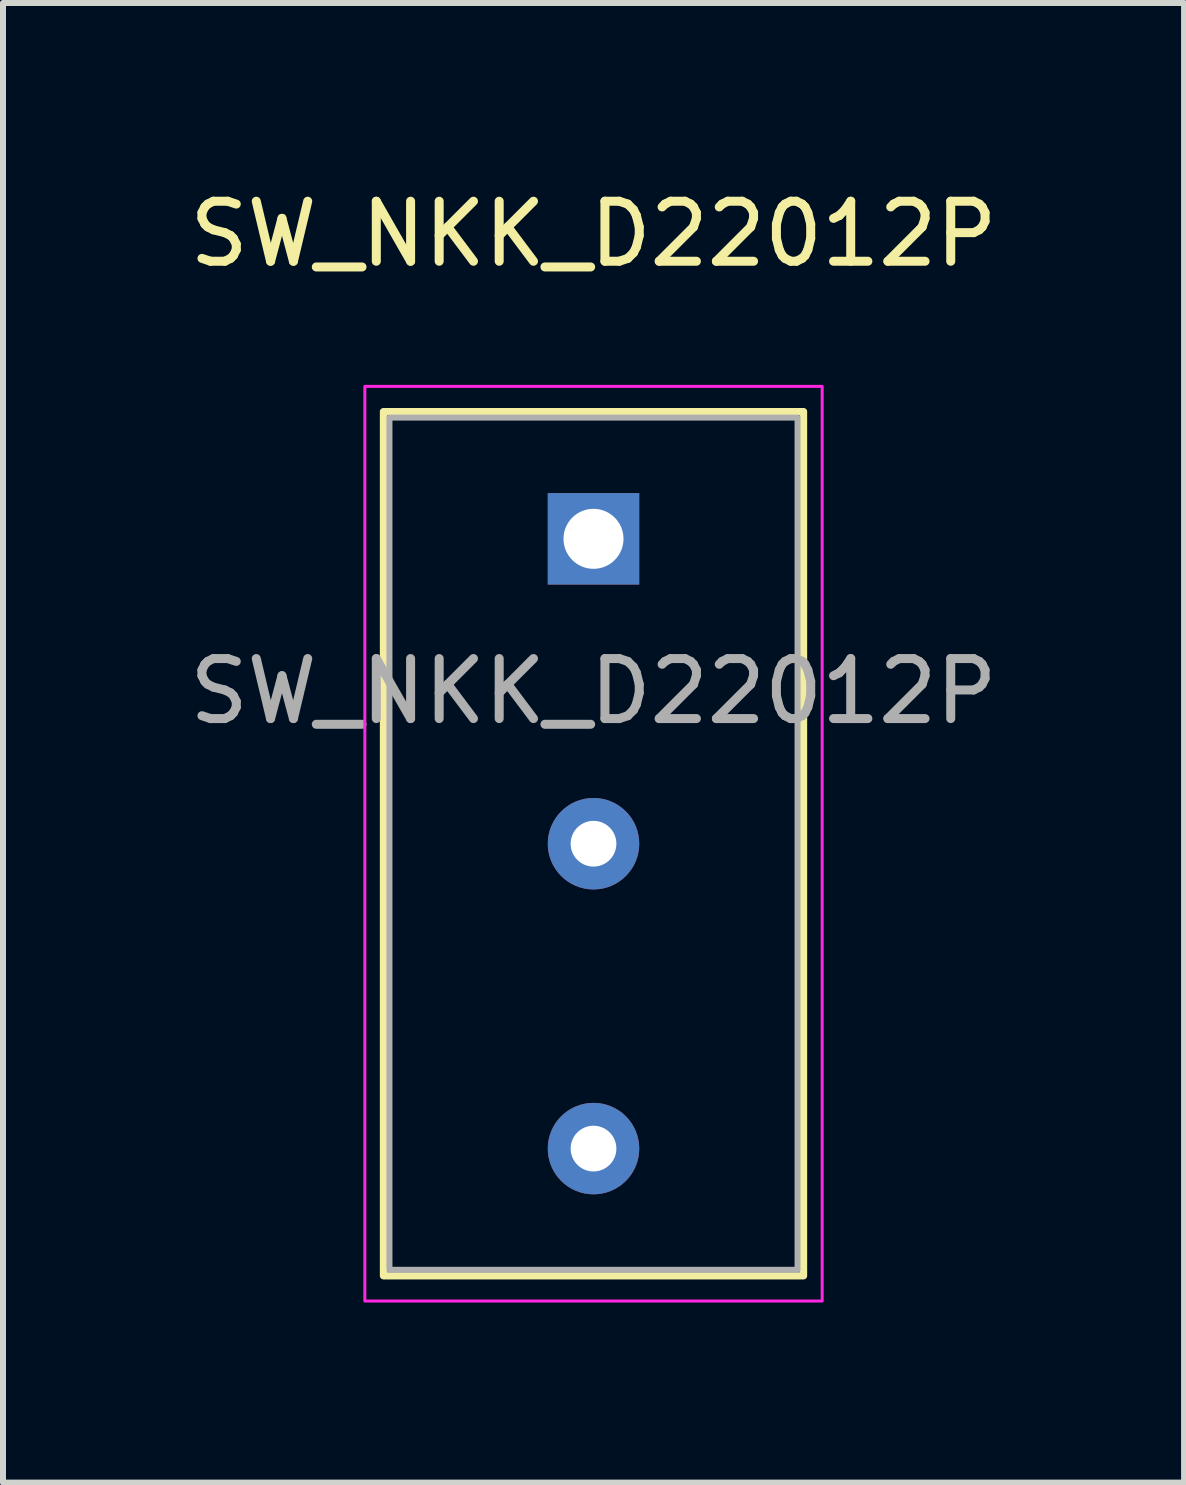
<source format=kicad_pcb>
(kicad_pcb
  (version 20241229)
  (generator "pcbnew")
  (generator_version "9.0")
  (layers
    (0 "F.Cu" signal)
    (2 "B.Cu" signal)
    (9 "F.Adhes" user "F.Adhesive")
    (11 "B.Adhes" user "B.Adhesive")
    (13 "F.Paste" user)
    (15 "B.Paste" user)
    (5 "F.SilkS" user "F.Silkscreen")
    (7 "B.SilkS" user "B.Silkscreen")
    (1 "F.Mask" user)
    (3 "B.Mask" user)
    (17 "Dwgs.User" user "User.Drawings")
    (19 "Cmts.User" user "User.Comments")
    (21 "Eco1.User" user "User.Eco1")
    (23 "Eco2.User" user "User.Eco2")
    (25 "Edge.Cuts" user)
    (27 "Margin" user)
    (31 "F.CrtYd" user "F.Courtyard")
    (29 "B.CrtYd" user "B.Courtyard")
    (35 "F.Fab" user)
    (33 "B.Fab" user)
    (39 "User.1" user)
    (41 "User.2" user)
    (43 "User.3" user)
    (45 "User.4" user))
  (footprint "SW_NKK_D22012P"
    (layer "F.Cu")
    (at 6.839 11.008)
    (property "Reference" "SW_NKK_D22012P" (at 0 -10.16 0) (unlocked yes) (layer "F.SilkS") (effects (font (size 1 1) (thickness 0.15))))
    (attr through_hole)
    (fp_rect (start -3.5 -7.2) (end 3.5 7.2) (stroke (width 0.12) (type solid)) (fill no) (layer "F.SilkS"))
    (fp_rect (start -3.81 -7.62) (end 3.81 7.62) (stroke (width 0.05) (type solid)) (fill no) (layer "F.CrtYd"))
    (fp_rect (start -3.4 -7.1) (end 3.4 7.1) (stroke (width 0.1) (type solid)) (fill no) (layer "F.Fab"))
    (fp_text user "${REFERENCE}" (at 0 -2.54 0) (unlocked yes) (layer "F.Fab") (effects (font (size 1 1) (thickness 0.15))))
    (pad "1" thru_hole rect (at 0 -5.08) (size 1.524 1.524) (drill 1) (layers "*.Cu" "*.Mask"))
    (pad "2" thru_hole circle (at 0 0) (size 1.524 1.524) (drill 0.762) (layers "*.Cu" "*.Mask"))
    (pad "3" thru_hole circle (at 0 5.08) (size 1.524 1.524) (drill 0.762) (layers "*.Cu" "*.Mask")))
  (gr_rect
    (start -3 -3)
    (end 16.679 21.653)
    (stroke (width 0.1) (type default))
    (fill no)
    (layer "Edge.Cuts")))
</source>
